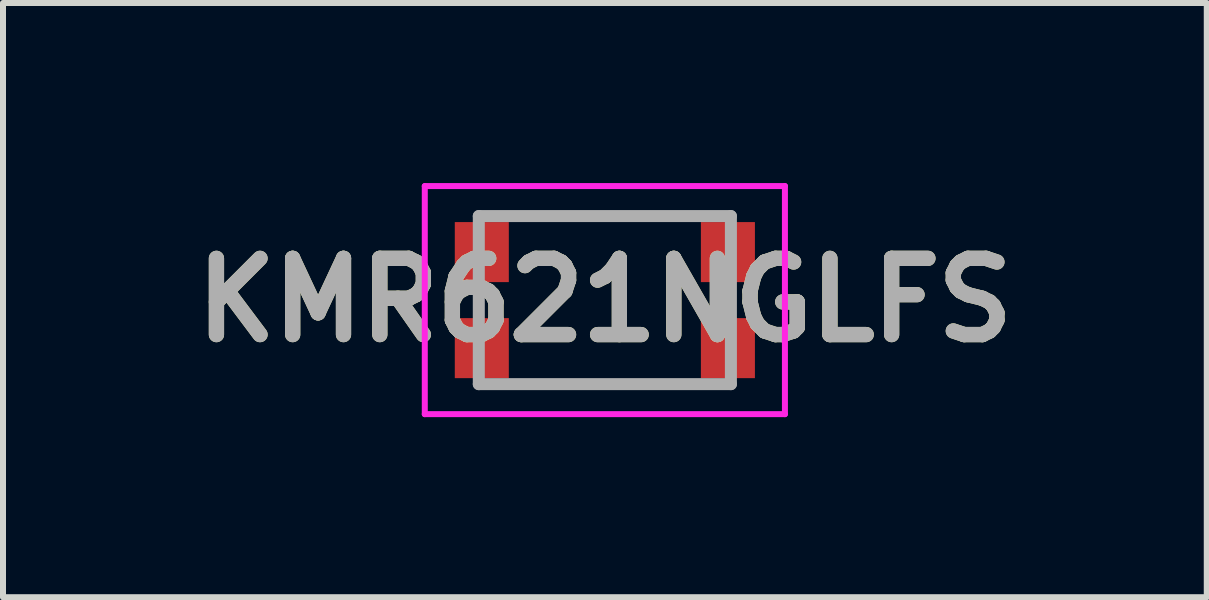
<source format=kicad_pcb>
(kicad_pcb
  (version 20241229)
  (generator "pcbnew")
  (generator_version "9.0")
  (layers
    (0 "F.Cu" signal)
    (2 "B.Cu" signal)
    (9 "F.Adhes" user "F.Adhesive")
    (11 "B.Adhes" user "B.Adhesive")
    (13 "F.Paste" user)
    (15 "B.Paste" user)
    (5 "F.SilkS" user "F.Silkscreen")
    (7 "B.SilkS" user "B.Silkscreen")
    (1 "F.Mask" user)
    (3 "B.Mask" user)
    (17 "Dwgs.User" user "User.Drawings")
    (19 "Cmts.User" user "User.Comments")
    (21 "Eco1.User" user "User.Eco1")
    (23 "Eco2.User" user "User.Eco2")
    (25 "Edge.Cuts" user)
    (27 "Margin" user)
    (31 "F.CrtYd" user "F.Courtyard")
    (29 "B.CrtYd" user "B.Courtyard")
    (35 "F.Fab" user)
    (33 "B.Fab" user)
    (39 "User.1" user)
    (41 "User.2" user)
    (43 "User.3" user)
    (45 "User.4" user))
  (footprint "KMR621NGLFS"
    (layer "F.Cu")
    (at 7.027 1.95)
    (property "Reference" "KMR621NGLFS" (at 0 0 0) (layer "F.SilkS") (effects (font (size 1.27 1.27) (thickness 0.254))))
    (attr smd)
    (fp_line (start -1 -1.4) (end 1 -1.4) (stroke (width 0.1) (type solid)) (layer "F.SilkS"))
    (fp_line (start -1 1.4) (end 1 1.4) (stroke (width 0.1) (type solid)) (layer "F.SilkS"))
    (fp_line (start -3 -1.9) (end 3 -1.9) (stroke (width 0.1) (type solid)) (layer "F.CrtYd"))
    (fp_line (start -3 1.9) (end -3 -1.9) (stroke (width 0.1) (type solid)) (layer "F.CrtYd"))
    (fp_line (start 3 -1.9) (end 3 1.9) (stroke (width 0.1) (type solid)) (layer "F.CrtYd"))
    (fp_line (start 3 1.9) (end -3 1.9) (stroke (width 0.1) (type solid)) (layer "F.CrtYd"))
    (fp_line (start -2.1 -1.4) (end 2.1 -1.4) (stroke (width 0.2) (type solid)) (layer "F.Fab"))
    (fp_line (start -2.1 1.4) (end -2.1 -1.4) (stroke (width 0.2) (type solid)) (layer "F.Fab"))
    (fp_line (start 2.1 -1.4) (end 2.1 1.4) (stroke (width 0.2) (type solid)) (layer "F.Fab"))
    (fp_line (start 2.1 1.4) (end -2.1 1.4) (stroke (width 0.2) (type solid)) (layer "F.Fab"))
    (fp_text user "${REFERENCE}" (at 0 0 0) (layer "F.Fab") (effects (font (size 1.27 1.27) (thickness 0.254))))
    (pad "1" smd rect (at -2.05 -0.8) (size 0.9 1) (layers "F.Cu" "F.Mask" "F.Paste"))
    (pad "2" smd rect (at 2.05 -0.8) (size 0.9 1) (layers "F.Cu" "F.Mask" "F.Paste"))
    (pad "3" smd rect (at -2.05 0.8) (size 0.9 1) (layers "F.Cu" "F.Mask" "F.Paste"))
    (pad "4" smd rect (at 2.05 0.8) (size 0.9 1) (layers "F.Cu" "F.Mask" "F.Paste")))
  (gr_rect
    (start -3 -3)
    (end 17.055 6.9)
    (stroke (width 0.1) (type default))
    (fill no)
    (layer "Edge.Cuts")))
</source>
